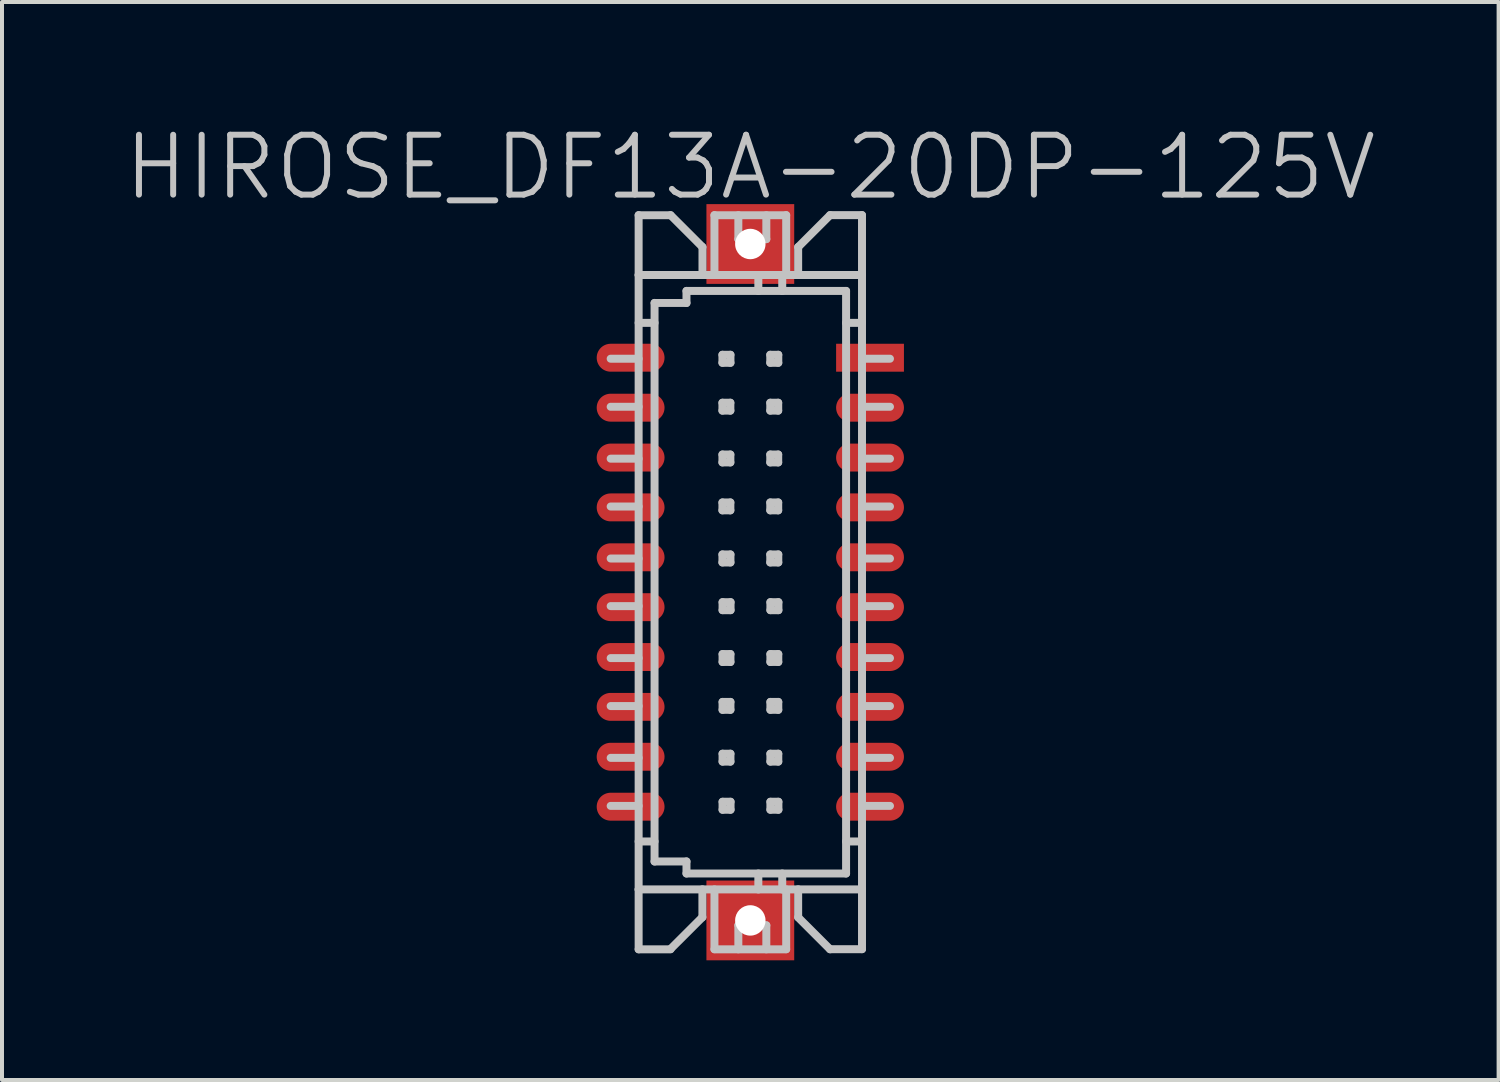
<source format=kicad_pcb>
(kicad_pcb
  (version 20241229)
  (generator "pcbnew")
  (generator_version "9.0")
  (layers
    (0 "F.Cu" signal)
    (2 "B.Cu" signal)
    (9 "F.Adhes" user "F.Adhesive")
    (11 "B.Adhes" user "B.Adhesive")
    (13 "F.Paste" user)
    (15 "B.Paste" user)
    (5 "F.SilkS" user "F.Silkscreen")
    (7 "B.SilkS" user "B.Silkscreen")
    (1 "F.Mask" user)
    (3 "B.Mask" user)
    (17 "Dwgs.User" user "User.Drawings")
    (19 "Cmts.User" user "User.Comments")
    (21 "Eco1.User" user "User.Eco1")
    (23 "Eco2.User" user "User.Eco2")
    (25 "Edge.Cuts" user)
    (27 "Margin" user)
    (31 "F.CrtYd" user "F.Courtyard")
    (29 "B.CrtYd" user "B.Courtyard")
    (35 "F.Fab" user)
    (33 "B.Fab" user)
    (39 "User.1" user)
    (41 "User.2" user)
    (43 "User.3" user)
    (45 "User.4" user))
  (footprint "HIROSE_DF13A-20DP-125V"
    (layer "F.Cu")
    (at 15.754 11.541)
    (property "Reference" "HIROSE_DF13A-20DP-125V" (at 0 -10.4 180) (layer "Dwgs.User") (effects (font (size 1.5 1.5) (thickness 0.15))))
    (attr smd)
    (fp_line (start -2.799 -9.2) (end -2.799 -7.699) (stroke (width 0.2) (type solid)) (layer "Dwgs.User"))
    (fp_line (start -2.799 -9.197) (end -1.999 -9.197) (stroke (width 0.2) (type solid)) (layer "Dwgs.User"))
    (fp_line (start -2.799 -7.699) (end -2.799 7.699) (stroke (width 0.2) (type solid)) (layer "Dwgs.User"))
    (fp_line (start -2.799 -5.601) (end -3.5 -5.601) (stroke (width 0.2) (type solid)) (layer "Dwgs.User"))
    (fp_line (start -2.799 -4.397) (end -3.5 -4.397) (stroke (width 0.2) (type solid)) (layer "Dwgs.User"))
    (fp_line (start -2.799 -3.096) (end -3.5 -3.096) (stroke (width 0.2) (type solid)) (layer "Dwgs.User"))
    (fp_line (start -2.799 -1.897) (end -3.5 -1.897) (stroke (width 0.2) (type solid)) (layer "Dwgs.User"))
    (fp_line (start -2.799 -0.594) (end -3.5 -0.594) (stroke (width 0.2) (type solid)) (layer "Dwgs.User"))
    (fp_line (start -2.799 0.599) (end -3.5 0.599) (stroke (width 0.2) (type solid)) (layer "Dwgs.User"))
    (fp_line (start -2.799 1.902) (end -3.5 1.902) (stroke (width 0.2) (type solid)) (layer "Dwgs.User"))
    (fp_line (start -2.799 3.104) (end -3.5 3.104) (stroke (width 0.2) (type solid)) (layer "Dwgs.User"))
    (fp_line (start -2.799 4.402) (end -3.5 4.402) (stroke (width 0.2) (type solid)) (layer "Dwgs.User"))
    (fp_line (start -2.799 5.606) (end -3.5 5.606) (stroke (width 0.2) (type solid)) (layer "Dwgs.User"))
    (fp_line (start -2.799 7.699) (end -2.799 9.2) (stroke (width 0.2) (type solid)) (layer "Dwgs.User"))
    (fp_line (start -2.799 7.699) (end 2.799 7.699) (stroke (width 0.2) (type solid)) (layer "Dwgs.User"))
    (fp_line (start -2.799 9.2) (end -1.999 9.2) (stroke (width 0.2) (type solid)) (layer "Dwgs.User"))
    (fp_line (start -2.4 -6.998) (end -1.6 -6.998) (stroke (width 0.2) (type solid)) (layer "Dwgs.User"))
    (fp_line (start -2.4 -6.5) (end -2.799 -6.5) (stroke (width 0.2) (type solid)) (layer "Dwgs.User"))
    (fp_line (start -2.4 6.497) (end -2.799 6.497) (stroke (width 0.2) (type solid)) (layer "Dwgs.User"))
    (fp_line (start -2.4 7) (end -2.4 -7) (stroke (width 0.2) (type solid)) (layer "Dwgs.User"))
    (fp_line (start -1.6 -7.3) (end 2.4 -7.3) (stroke (width 0.2) (type solid)) (layer "Dwgs.User"))
    (fp_line (start -1.6 -6.998) (end -1.6 -7.3) (stroke (width 0.2) (type solid)) (layer "Dwgs.User"))
    (fp_line (start -1.6 6.998) (end -2.4 6.998) (stroke (width 0.2) (type solid)) (layer "Dwgs.User"))
    (fp_line (start -1.6 7.3) (end -1.6 6.998) (stroke (width 0.2) (type solid)) (layer "Dwgs.User"))
    (fp_line (start -1.201 7.696) (end -1.201 8.397) (stroke (width 0.2) (type solid)) (layer "Dwgs.User"))
    (fp_line (start -1.201 8.395) (end -2.002 9.195) (stroke (width 0.2) (type solid)) (layer "Dwgs.User"))
    (fp_line (start -1.199 -8.4) (end -1.999 -9.2) (stroke (width 0.2) (type solid)) (layer "Dwgs.User"))
    (fp_line (start -1.199 -7.699) (end -1.199 -8.4) (stroke (width 0.2) (type solid)) (layer "Dwgs.User"))
    (fp_line (start -0.899 -9.2) (end -0.899 -7.699) (stroke (width 0.2) (type solid)) (layer "Dwgs.User"))
    (fp_line (start -0.899 -9.197) (end 0.899 -9.197) (stroke (width 0.2) (type solid)) (layer "Dwgs.User"))
    (fp_line (start -0.899 9.197) (end -0.899 7.699) (stroke (width 0.2) (type solid)) (layer "Dwgs.User"))
    (fp_line (start -0.699 -5.7) (end -0.699 -5.499) (stroke (width 0.2) (type solid)) (layer "Dwgs.User"))
    (fp_line (start -0.699 -5.499) (end -0.498 -5.499) (stroke (width 0.2) (type solid)) (layer "Dwgs.User"))
    (fp_line (start -0.699 -4.498) (end -0.5 -4.498) (stroke (width 0.2) (type solid)) (layer "Dwgs.User"))
    (fp_line (start -0.699 -4.3) (end -0.699 -4.498) (stroke (width 0.2) (type solid)) (layer "Dwgs.User"))
    (fp_line (start -0.699 -3.2) (end -0.5 -3.2) (stroke (width 0.2) (type solid)) (layer "Dwgs.User"))
    (fp_line (start -0.699 -3.002) (end -0.699 -3.2) (stroke (width 0.2) (type solid)) (layer "Dwgs.User"))
    (fp_line (start -0.699 -1.999) (end -0.5 -1.999) (stroke (width 0.2) (type solid)) (layer "Dwgs.User"))
    (fp_line (start -0.699 -1.801) (end -0.699 -1.999) (stroke (width 0.2) (type solid)) (layer "Dwgs.User"))
    (fp_line (start -0.699 -0.696) (end -0.498 -0.696) (stroke (width 0.2) (type solid)) (layer "Dwgs.User"))
    (fp_line (start -0.699 -0.495) (end -0.699 -0.696) (stroke (width 0.2) (type solid)) (layer "Dwgs.User"))
    (fp_line (start -0.696 0.5) (end -0.696 0.701) (stroke (width 0.2) (type solid)) (layer "Dwgs.User"))
    (fp_line (start -0.696 0.701) (end -0.495 0.701) (stroke (width 0.2) (type solid)) (layer "Dwgs.User"))
    (fp_line (start -0.696 1.801) (end -0.498 1.801) (stroke (width 0.2) (type solid)) (layer "Dwgs.User"))
    (fp_line (start -0.696 1.999) (end -0.696 1.801) (stroke (width 0.2) (type solid)) (layer "Dwgs.User"))
    (fp_line (start -0.696 3) (end -0.498 3) (stroke (width 0.2) (type solid)) (layer "Dwgs.User"))
    (fp_line (start -0.696 3.198) (end -0.696 3) (stroke (width 0.2) (type solid)) (layer "Dwgs.User"))
    (fp_line (start -0.696 4.298) (end -0.498 4.298) (stroke (width 0.2) (type solid)) (layer "Dwgs.User"))
    (fp_line (start -0.696 4.496) (end -0.696 4.298) (stroke (width 0.2) (type solid)) (layer "Dwgs.User"))
    (fp_line (start -0.696 5.502) (end -0.495 5.502) (stroke (width 0.2) (type solid)) (layer "Dwgs.User"))
    (fp_line (start -0.696 5.702) (end -0.696 5.502) (stroke (width 0.2) (type solid)) (layer "Dwgs.User"))
    (fp_line (start -0.5 -4.498) (end -0.5 -4.3) (stroke (width 0.2) (type solid)) (layer "Dwgs.User"))
    (fp_line (start -0.5 -4.3) (end -0.699 -4.3) (stroke (width 0.2) (type solid)) (layer "Dwgs.User"))
    (fp_line (start -0.5 -3.2) (end -0.5 -3.002) (stroke (width 0.2) (type solid)) (layer "Dwgs.User"))
    (fp_line (start -0.5 -3.002) (end -0.699 -3.002) (stroke (width 0.2) (type solid)) (layer "Dwgs.User"))
    (fp_line (start -0.5 -1.999) (end -0.5 -1.801) (stroke (width 0.2) (type solid)) (layer "Dwgs.User"))
    (fp_line (start -0.5 -1.801) (end -0.699 -1.801) (stroke (width 0.2) (type solid)) (layer "Dwgs.User"))
    (fp_line (start -0.498 -5.7) (end -0.699 -5.7) (stroke (width 0.2) (type solid)) (layer "Dwgs.User"))
    (fp_line (start -0.498 -5.499) (end -0.498 -5.7) (stroke (width 0.2) (type solid)) (layer "Dwgs.User"))
    (fp_line (start -0.498 -0.696) (end -0.498 -0.495) (stroke (width 0.2) (type solid)) (layer "Dwgs.User"))
    (fp_line (start -0.498 -0.495) (end -0.699 -0.495) (stroke (width 0.2) (type solid)) (layer "Dwgs.User"))
    (fp_line (start -0.498 1.801) (end -0.498 1.999) (stroke (width 0.2) (type solid)) (layer "Dwgs.User"))
    (fp_line (start -0.498 1.999) (end -0.696 1.999) (stroke (width 0.2) (type solid)) (layer "Dwgs.User"))
    (fp_line (start -0.498 3) (end -0.498 3.198) (stroke (width 0.2) (type solid)) (layer "Dwgs.User"))
    (fp_line (start -0.498 3.198) (end -0.696 3.198) (stroke (width 0.2) (type solid)) (layer "Dwgs.User"))
    (fp_line (start -0.498 4.298) (end -0.498 4.496) (stroke (width 0.2) (type solid)) (layer "Dwgs.User"))
    (fp_line (start -0.498 4.496) (end -0.696 4.496) (stroke (width 0.2) (type solid)) (layer "Dwgs.User"))
    (fp_line (start -0.495 0.5) (end -0.696 0.5) (stroke (width 0.2) (type solid)) (layer "Dwgs.User"))
    (fp_line (start -0.495 0.701) (end -0.495 0.5) (stroke (width 0.2) (type solid)) (layer "Dwgs.User"))
    (fp_line (start -0.495 5.502) (end -0.495 5.702) (stroke (width 0.2) (type solid)) (layer "Dwgs.User"))
    (fp_line (start -0.495 5.702) (end -0.696 5.702) (stroke (width 0.2) (type solid)) (layer "Dwgs.User"))
    (fp_line (start -0.3 -8.598) (end -0.3 -9.197) (stroke (width 0.2) (type solid)) (layer "Dwgs.User"))
    (fp_line (start -0.3 8.6) (end -0.3 9.2) (stroke (width 0.2) (type solid)) (layer "Dwgs.User"))
    (fp_line (start 0.201 -7.699) (end 0.201 -7.297) (stroke (width 0.2) (type solid)) (layer "Dwgs.User"))
    (fp_line (start 0.201 7.3) (end 0.201 7.701) (stroke (width 0.2) (type solid)) (layer "Dwgs.User"))
    (fp_line (start 0.401 -9.197) (end 0.401 -8.598) (stroke (width 0.2) (type solid)) (layer "Dwgs.User"))
    (fp_line (start 0.401 -8.598) (end -0.3 -8.598) (stroke (width 0.2) (type solid)) (layer "Dwgs.User"))
    (fp_line (start 0.401 8.598) (end -0.3 8.598) (stroke (width 0.2) (type solid)) (layer "Dwgs.User"))
    (fp_line (start 0.401 8.6) (end 0.401 9.2) (stroke (width 0.2) (type solid)) (layer "Dwgs.User"))
    (fp_line (start 0.5 -5.7) (end 0.5 -5.499) (stroke (width 0.2) (type solid)) (layer "Dwgs.User"))
    (fp_line (start 0.5 -5.499) (end 0.701 -5.499) (stroke (width 0.2) (type solid)) (layer "Dwgs.User"))
    (fp_line (start 0.5 -4.498) (end 0.699 -4.498) (stroke (width 0.2) (type solid)) (layer "Dwgs.User"))
    (fp_line (start 0.5 -4.3) (end 0.5 -4.498) (stroke (width 0.2) (type solid)) (layer "Dwgs.User"))
    (fp_line (start 0.5 -3.2) (end 0.699 -3.2) (stroke (width 0.2) (type solid)) (layer "Dwgs.User"))
    (fp_line (start 0.5 -3.002) (end 0.5 -3.2) (stroke (width 0.2) (type solid)) (layer "Dwgs.User"))
    (fp_line (start 0.5 -1.999) (end 0.699 -1.999) (stroke (width 0.2) (type solid)) (layer "Dwgs.User"))
    (fp_line (start 0.5 -1.801) (end 0.5 -1.999) (stroke (width 0.2) (type solid)) (layer "Dwgs.User"))
    (fp_line (start 0.5 -0.696) (end 0.701 -0.696) (stroke (width 0.2) (type solid)) (layer "Dwgs.User"))
    (fp_line (start 0.5 -0.495) (end 0.5 -0.696) (stroke (width 0.2) (type solid)) (layer "Dwgs.User"))
    (fp_line (start 0.503 0.5) (end 0.503 0.701) (stroke (width 0.2) (type solid)) (layer "Dwgs.User"))
    (fp_line (start 0.503 0.701) (end 0.704 0.701) (stroke (width 0.2) (type solid)) (layer "Dwgs.User"))
    (fp_line (start 0.503 1.801) (end 0.701 1.801) (stroke (width 0.2) (type solid)) (layer "Dwgs.User"))
    (fp_line (start 0.503 1.999) (end 0.503 1.801) (stroke (width 0.2) (type solid)) (layer "Dwgs.User"))
    (fp_line (start 0.503 3) (end 0.701 3) (stroke (width 0.2) (type solid)) (layer "Dwgs.User"))
    (fp_line (start 0.503 3.198) (end 0.503 3) (stroke (width 0.2) (type solid)) (layer "Dwgs.User"))
    (fp_line (start 0.503 4.298) (end 0.701 4.298) (stroke (width 0.2) (type solid)) (layer "Dwgs.User"))
    (fp_line (start 0.503 4.496) (end 0.503 4.298) (stroke (width 0.2) (type solid)) (layer "Dwgs.User"))
    (fp_line (start 0.503 5.502) (end 0.704 5.502) (stroke (width 0.2) (type solid)) (layer "Dwgs.User"))
    (fp_line (start 0.503 5.702) (end 0.503 5.502) (stroke (width 0.2) (type solid)) (layer "Dwgs.User"))
    (fp_line (start 0.699 -4.498) (end 0.699 -4.3) (stroke (width 0.2) (type solid)) (layer "Dwgs.User"))
    (fp_line (start 0.699 -4.3) (end 0.5 -4.3) (stroke (width 0.2) (type solid)) (layer "Dwgs.User"))
    (fp_line (start 0.699 -3.2) (end 0.699 -3.002) (stroke (width 0.2) (type solid)) (layer "Dwgs.User"))
    (fp_line (start 0.699 -3.002) (end 0.5 -3.002) (stroke (width 0.2) (type solid)) (layer "Dwgs.User"))
    (fp_line (start 0.699 -1.999) (end 0.699 -1.801) (stroke (width 0.2) (type solid)) (layer "Dwgs.User"))
    (fp_line (start 0.699 -1.801) (end 0.5 -1.801) (stroke (width 0.2) (type solid)) (layer "Dwgs.User"))
    (fp_line (start 0.701 -5.7) (end 0.5 -5.7) (stroke (width 0.2) (type solid)) (layer "Dwgs.User"))
    (fp_line (start 0.701 -5.499) (end 0.701 -5.7) (stroke (width 0.2) (type solid)) (layer "Dwgs.User"))
    (fp_line (start 0.701 -0.696) (end 0.701 -0.495) (stroke (width 0.2) (type solid)) (layer "Dwgs.User"))
    (fp_line (start 0.701 -0.495) (end 0.5 -0.495) (stroke (width 0.2) (type solid)) (layer "Dwgs.User"))
    (fp_line (start 0.701 1.801) (end 0.701 1.999) (stroke (width 0.2) (type solid)) (layer "Dwgs.User"))
    (fp_line (start 0.701 1.999) (end 0.503 1.999) (stroke (width 0.2) (type solid)) (layer "Dwgs.User"))
    (fp_line (start 0.701 3) (end 0.701 3.198) (stroke (width 0.2) (type solid)) (layer "Dwgs.User"))
    (fp_line (start 0.701 3.198) (end 0.503 3.198) (stroke (width 0.2) (type solid)) (layer "Dwgs.User"))
    (fp_line (start 0.701 4.298) (end 0.701 4.496) (stroke (width 0.2) (type solid)) (layer "Dwgs.User"))
    (fp_line (start 0.701 4.496) (end 0.503 4.496) (stroke (width 0.2) (type solid)) (layer "Dwgs.User"))
    (fp_line (start 0.704 0.5) (end 0.503 0.5) (stroke (width 0.2) (type solid)) (layer "Dwgs.User"))
    (fp_line (start 0.704 0.701) (end 0.704 0.5) (stroke (width 0.2) (type solid)) (layer "Dwgs.User"))
    (fp_line (start 0.704 5.502) (end 0.704 5.702) (stroke (width 0.2) (type solid)) (layer "Dwgs.User"))
    (fp_line (start 0.704 5.702) (end 0.503 5.702) (stroke (width 0.2) (type solid)) (layer "Dwgs.User"))
    (fp_line (start 0.8 -7.699) (end 0.8 -7.297) (stroke (width 0.2) (type solid)) (layer "Dwgs.User"))
    (fp_line (start 0.8 7.701) (end 0.8 7.3) (stroke (width 0.2) (type solid)) (layer "Dwgs.User"))
    (fp_line (start 0.899 -9.2) (end 0.899 -7.699) (stroke (width 0.2) (type solid)) (layer "Dwgs.User"))
    (fp_line (start 0.899 9.197) (end 0.899 7.699) (stroke (width 0.2) (type solid)) (layer "Dwgs.User"))
    (fp_line (start 0.899 9.2) (end -0.899 9.2) (stroke (width 0.2) (type solid)) (layer "Dwgs.User"))
    (fp_line (start 1.199 -8.4) (end 1.199 -7.699) (stroke (width 0.2) (type solid)) (layer "Dwgs.User"))
    (fp_line (start 1.199 7.696) (end 1.199 8.397) (stroke (width 0.2) (type solid)) (layer "Dwgs.User"))
    (fp_line (start 1.199 8.4) (end 1.999 9.2) (stroke (width 0.2) (type solid)) (layer "Dwgs.User"))
    (fp_line (start 1.999 -9.2) (end 1.199 -8.4) (stroke (width 0.2) (type solid)) (layer "Dwgs.User"))
    (fp_line (start 2.4 7.3) (end -1.6 7.3) (stroke (width 0.2) (type solid)) (layer "Dwgs.User"))
    (fp_line (start 2.4 7.3) (end 2.4 -7.3) (stroke (width 0.2) (type solid)) (layer "Dwgs.User"))
    (fp_line (start 2.799 -9.2) (end 1.999 -9.2) (stroke (width 0.2) (type solid)) (layer "Dwgs.User"))
    (fp_line (start 2.799 -7.699) (end -2.799 -7.699) (stroke (width 0.2) (type solid)) (layer "Dwgs.User"))
    (fp_line (start 2.799 -7.699) (end 2.799 -9.2) (stroke (width 0.2) (type solid)) (layer "Dwgs.User"))
    (fp_line (start 2.799 -7.699) (end 2.799 7.699) (stroke (width 0.2) (type solid)) (layer "Dwgs.User"))
    (fp_line (start 2.799 -6.5) (end 2.4 -6.5) (stroke (width 0.2) (type solid)) (layer "Dwgs.User"))
    (fp_line (start 2.799 6.497) (end 2.4 6.497) (stroke (width 0.2) (type solid)) (layer "Dwgs.User"))
    (fp_line (start 2.799 9.197) (end 1.999 9.197) (stroke (width 0.2) (type solid)) (layer "Dwgs.User"))
    (fp_line (start 2.799 9.197) (end 2.799 7.696) (stroke (width 0.2) (type solid)) (layer "Dwgs.User"))
    (fp_line (start 3.5 -5.601) (end 2.799 -5.601) (stroke (width 0.2) (type solid)) (layer "Dwgs.User"))
    (fp_line (start 3.5 -4.397) (end 2.799 -4.397) (stroke (width 0.2) (type solid)) (layer "Dwgs.User"))
    (fp_line (start 3.5 -3.096) (end 2.799 -3.096) (stroke (width 0.2) (type solid)) (layer "Dwgs.User"))
    (fp_line (start 3.5 -1.897) (end 2.799 -1.897) (stroke (width 0.2) (type solid)) (layer "Dwgs.User"))
    (fp_line (start 3.5 -0.594) (end 2.799 -0.594) (stroke (width 0.2) (type solid)) (layer "Dwgs.User"))
    (fp_line (start 3.5 0.599) (end 2.799 0.599) (stroke (width 0.2) (type solid)) (layer "Dwgs.User"))
    (fp_line (start 3.5 1.902) (end 2.799 1.902) (stroke (width 0.2) (type solid)) (layer "Dwgs.User"))
    (fp_line (start 3.5 3.104) (end 2.799 3.104) (stroke (width 0.2) (type solid)) (layer "Dwgs.User"))
    (fp_line (start 3.5 4.402) (end 2.799 4.402) (stroke (width 0.2) (type solid)) (layer "Dwgs.User"))
    (fp_line (start 3.5 5.606) (end 2.799 5.606) (stroke (width 0.2) (type solid)) (layer "Dwgs.User"))
    (pad "" np_thru_hole rect (at 0 -8.476 270) (size 1.999 2.2) (drill 0.762) (layers "F.Cu" "F.Mask" "F.Paste"))
    (pad "" np_thru_hole rect (at 0 8.476 270) (size 1.999 2.2) (drill 0.762) (layers "F.Cu" "F.Mask" "F.Paste"))
    (pad "1" smd rect (at 3 -5.626 270) (size 0.7 1.7) (layers "F.Cu" "F.Mask" "F.Paste"))
    (pad "2" smd oval (at 3 -4.374 270) (size 0.7 1.7) (layers "F.Cu" "F.Mask" "F.Paste"))
    (pad "3" smd oval (at 3 -3.124 270) (size 0.7 1.7) (layers "F.Cu" "F.Mask" "F.Paste"))
    (pad "4" smd oval (at 3 -1.875 270) (size 0.7 1.7) (layers "F.Cu" "F.Mask" "F.Paste"))
    (pad "5" smd oval (at 3 -0.625 270) (size 0.7 1.7) (layers "F.Cu" "F.Mask" "F.Paste"))
    (pad "6" smd oval (at 3 0.625 270) (size 0.7 1.7) (layers "F.Cu" "F.Mask" "F.Paste"))
    (pad "7" smd oval (at 3 1.875 270) (size 0.7 1.7) (layers "F.Cu" "F.Mask" "F.Paste"))
    (pad "8" smd oval (at 3 3.124 270) (size 0.7 1.7) (layers "F.Cu" "F.Mask" "F.Paste"))
    (pad "9" smd oval (at 3 4.374 270) (size 0.7 1.7) (layers "F.Cu" "F.Mask" "F.Paste"))
    (pad "10" smd oval (at 3 5.626 270) (size 0.7 1.7) (layers "F.Cu" "F.Mask" "F.Paste"))
    (pad "11" smd oval (at -3 5.626 270) (size 0.7 1.7) (layers "F.Cu" "F.Mask" "F.Paste"))
    (pad "12" smd oval (at -3 4.374 270) (size 0.7 1.7) (layers "F.Cu" "F.Mask" "F.Paste"))
    (pad "13" smd oval (at -3 3.124 270) (size 0.7 1.7) (layers "F.Cu" "F.Mask" "F.Paste"))
    (pad "14" smd oval (at -3 1.875 270) (size 0.7 1.7) (layers "F.Cu" "F.Mask" "F.Paste"))
    (pad "15" smd oval (at -3 0.625 270) (size 0.7 1.7) (layers "F.Cu" "F.Mask" "F.Paste"))
    (pad "16" smd oval (at -3 -0.625 270) (size 0.7 1.7) (layers "F.Cu" "F.Mask" "F.Paste"))
    (pad "17" smd oval (at -3 -1.875 270) (size 0.7 1.7) (layers "F.Cu" "F.Mask" "F.Paste"))
    (pad "18" smd oval (at -3 -3.124 270) (size 0.7 1.7) (layers "F.Cu" "F.Mask" "F.Paste"))
    (pad "19" smd oval (at -3 -4.374 270) (size 0.7 1.7) (layers "F.Cu" "F.Mask" "F.Paste"))
    (pad "20" smd oval (at -3 -5.626 270) (size 0.7 1.7) (layers "F.Cu" "F.Mask" "F.Paste")))
  (gr_rect
    (start -3 -3)
    (end 34.507 24.016)
    (stroke (width 0.1) (type default))
    (fill no)
    (layer "Edge.Cuts")))
</source>
